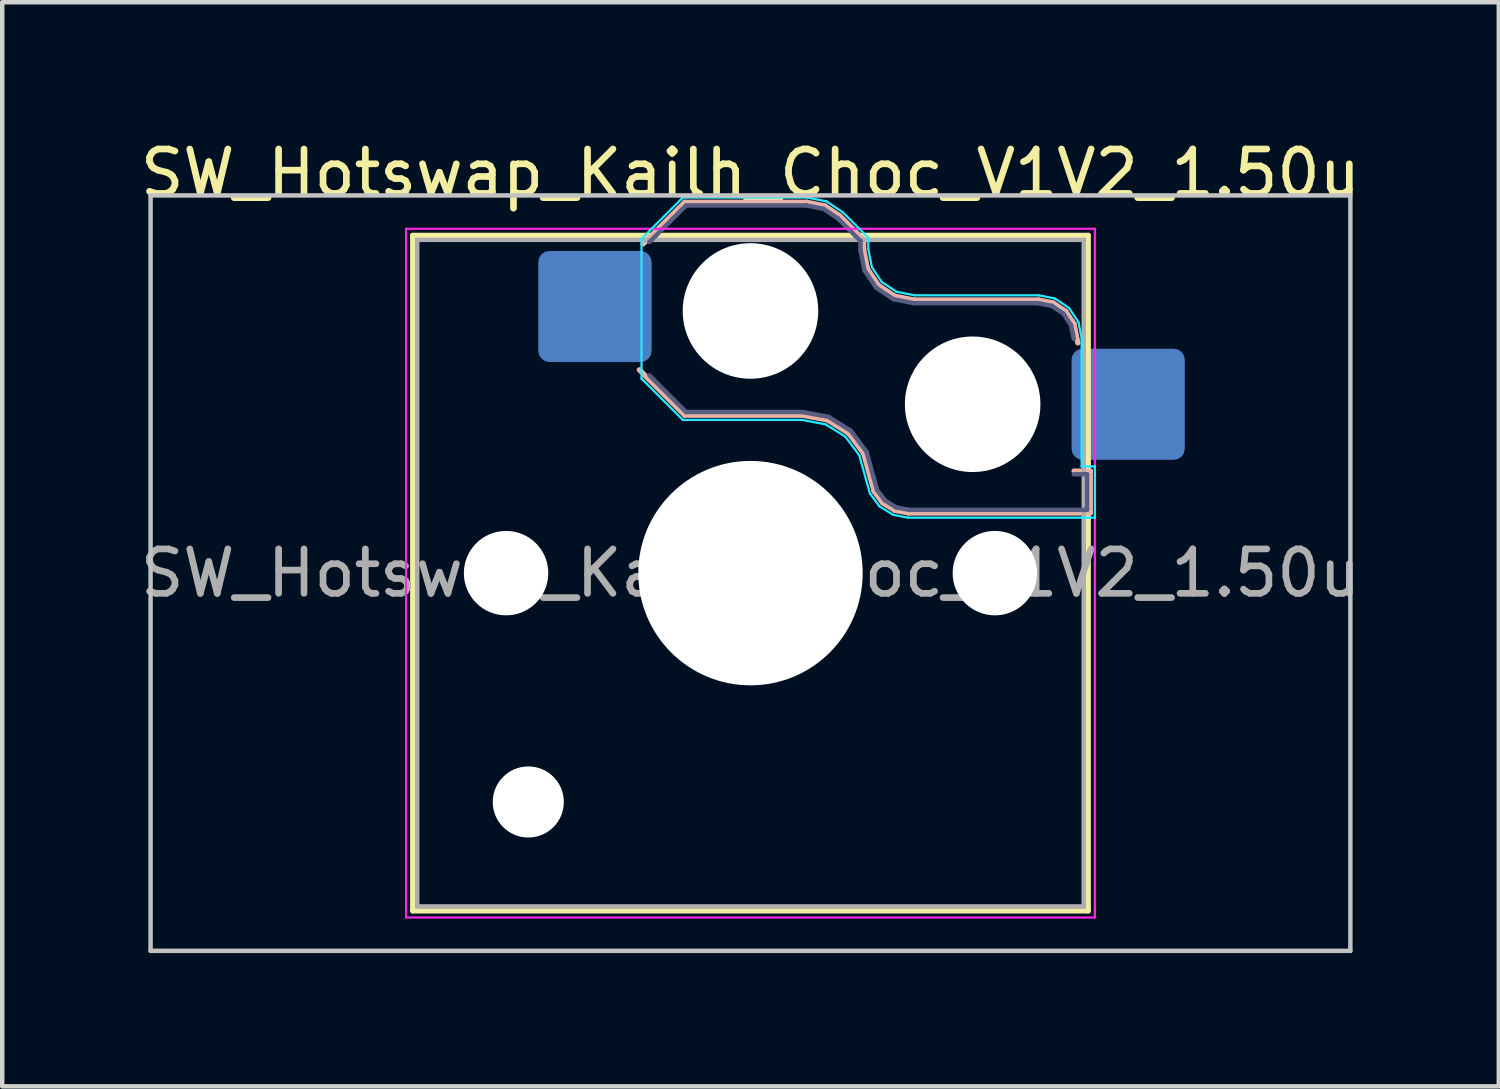
<source format=kicad_pcb>
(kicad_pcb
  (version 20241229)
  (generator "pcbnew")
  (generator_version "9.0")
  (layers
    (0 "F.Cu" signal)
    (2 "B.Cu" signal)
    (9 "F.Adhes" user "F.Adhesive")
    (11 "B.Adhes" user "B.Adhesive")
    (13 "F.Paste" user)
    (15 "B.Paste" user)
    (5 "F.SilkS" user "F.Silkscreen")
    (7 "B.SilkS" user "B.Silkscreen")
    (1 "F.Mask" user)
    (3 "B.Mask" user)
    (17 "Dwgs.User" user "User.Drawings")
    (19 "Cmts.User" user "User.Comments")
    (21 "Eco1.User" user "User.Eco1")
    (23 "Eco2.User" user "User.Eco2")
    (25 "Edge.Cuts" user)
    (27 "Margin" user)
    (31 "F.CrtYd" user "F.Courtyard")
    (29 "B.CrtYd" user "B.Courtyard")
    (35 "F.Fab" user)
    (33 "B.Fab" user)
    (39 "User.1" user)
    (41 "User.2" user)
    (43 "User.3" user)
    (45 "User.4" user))
  (footprint "SW_Hotswap_Kailh_Choc_V1V2_1.50u"
    (layer "F.Cu")
    (at 13.839 9.848)
    (property "Reference" "SW_Hotswap_Kailh_Choc_V1V2_1.50u" (at 0 -9 0) (layer "F.SilkS") (effects (font (size 1 1) (thickness 0.15))))
    (attr smd)
    (fp_line (start -7.6 -7.6) (end -7.6 7.6) (stroke (width 0.12) (type solid)) (layer "F.SilkS"))
    (fp_line (start -7.6 7.6) (end 7.6 7.6) (stroke (width 0.12) (type solid)) (layer "F.SilkS"))
    (fp_line (start 7.6 -7.6) (end -7.6 -7.6) (stroke (width 0.12) (type solid)) (layer "F.SilkS"))
    (fp_line (start 7.6 7.6) (end 7.6 -7.6) (stroke (width 0.12) (type solid)) (layer "F.SilkS"))
    (fp_line (start -2.416 -7.409) (end -1.479 -8.346) (stroke (width 0.12) (type solid)) (layer "B.SilkS"))
    (fp_line (start -1.479 -8.346) (end 1.268 -8.346) (stroke (width 0.12) (type solid)) (layer "B.SilkS"))
    (fp_line (start -1.479 -3.554) (end -2.5 -4.575) (stroke (width 0.12) (type solid)) (layer "B.SilkS"))
    (fp_line (start 1.168 -3.554) (end -1.479 -3.554) (stroke (width 0.12) (type solid)) (layer "B.SilkS"))
    (fp_line (start 1.268 -8.346) (end 1.671 -8.266) (stroke (width 0.12) (type solid)) (layer "B.SilkS"))
    (fp_line (start 1.671 -8.266) (end 2.013 -8.037) (stroke (width 0.12) (type solid)) (layer "B.SilkS"))
    (fp_line (start 1.73 -3.449) (end 1.168 -3.554) (stroke (width 0.12) (type solid)) (layer "B.SilkS"))
    (fp_line (start 2.013 -8.037) (end 2.546 -7.504) (stroke (width 0.12) (type solid)) (layer "B.SilkS"))
    (fp_line (start 2.209 -3.15) (end 1.73 -3.449) (stroke (width 0.12) (type solid)) (layer "B.SilkS"))
    (fp_line (start 2.546 -7.504) (end 2.546 -7.282) (stroke (width 0.12) (type solid)) (layer "B.SilkS"))
    (fp_line (start 2.546 -7.282) (end 2.633 -6.844) (stroke (width 0.12) (type solid)) (layer "B.SilkS"))
    (fp_line (start 2.547 -2.697) (end 2.209 -3.15) (stroke (width 0.12) (type solid)) (layer "B.SilkS"))
    (fp_line (start 2.633 -6.844) (end 2.877 -6.477) (stroke (width 0.12) (type solid)) (layer "B.SilkS"))
    (fp_line (start 2.701 -2.139) (end 2.547 -2.697) (stroke (width 0.12) (type solid)) (layer "B.SilkS"))
    (fp_line (start 2.783 -1.841) (end 2.701 -2.139) (stroke (width 0.12) (type solid)) (layer "B.SilkS"))
    (fp_line (start 2.877 -6.477) (end 3.244 -6.233) (stroke (width 0.12) (type solid)) (layer "B.SilkS"))
    (fp_line (start 2.976 -1.583) (end 2.783 -1.841) (stroke (width 0.12) (type solid)) (layer "B.SilkS"))
    (fp_line (start 3.244 -6.233) (end 3.682 -6.146) (stroke (width 0.12) (type solid)) (layer "B.SilkS"))
    (fp_line (start 3.25 -1.413) (end 2.976 -1.583) (stroke (width 0.12) (type solid)) (layer "B.SilkS"))
    (fp_line (start 3.56 -1.354) (end 3.25 -1.413) (stroke (width 0.12) (type solid)) (layer "B.SilkS"))
    (fp_line (start 3.682 -6.146) (end 6.482 -6.146) (stroke (width 0.12) (type solid)) (layer "B.SilkS"))
    (fp_line (start 6.482 -6.146) (end 6.809 -6.081) (stroke (width 0.12) (type solid)) (layer "B.SilkS"))
    (fp_line (start 6.809 -6.081) (end 7.092 -5.892) (stroke (width 0.12) (type solid)) (layer "B.SilkS"))
    (fp_line (start 7.092 -5.892) (end 7.281 -5.609) (stroke (width 0.12) (type solid)) (layer "B.SilkS"))
    (fp_line (start 7.281 -5.609) (end 7.366 -5.182) (stroke (width 0.12) (type solid)) (layer "B.SilkS"))
    (fp_line (start 7.283 -2.296) (end 7.646 -2.296) (stroke (width 0.12) (type solid)) (layer "B.SilkS"))
    (fp_line (start 7.646 -2.296) (end 7.646 -1.354) (stroke (width 0.12) (type solid)) (layer "B.SilkS"))
    (fp_line (start 7.646 -1.354) (end 3.56 -1.354) (stroke (width 0.12) (type solid)) (layer "B.SilkS"))
    (fp_line (start -13.5 -8.5) (end -13.5 8.5) (stroke (width 0.1) (type solid)) (layer "Dwgs.User"))
    (fp_line (start -13.5 8.5) (end 13.5 8.5) (stroke (width 0.1) (type solid)) (layer "Dwgs.User"))
    (fp_line (start 13.5 -8.5) (end -13.5 -8.5) (stroke (width 0.1) (type solid)) (layer "Dwgs.User"))
    (fp_line (start 13.5 8.5) (end 13.5 -8.5) (stroke (width 0.1) (type solid)) (layer "Dwgs.User"))
    (fp_line (start -7.25 -7.25) (end -7.25 7.25) (stroke (width 0.1) (type solid)) (layer "Eco1.User"))
    (fp_line (start -7.25 7.25) (end 7.25 7.25) (stroke (width 0.1) (type solid)) (layer "Eco1.User"))
    (fp_line (start 7.25 -7.25) (end -7.25 -7.25) (stroke (width 0.1) (type solid)) (layer "Eco1.User"))
    (fp_line (start 7.25 7.25) (end 7.25 -7.25) (stroke (width 0.1) (type solid)) (layer "Eco1.User"))
    (fp_line (start -2.452 -7.523) (end -1.523 -8.452) (stroke (width 0.05) (type solid)) (layer "B.CrtYd"))
    (fp_line (start -2.452 -4.377) (end -2.452 -7.523) (stroke (width 0.05) (type solid)) (layer "B.CrtYd"))
    (fp_line (start -1.523 -8.452) (end 1.278 -8.452) (stroke (width 0.05) (type solid)) (layer "B.CrtYd"))
    (fp_line (start -1.523 -3.448) (end -2.452 -4.377) (stroke (width 0.05) (type solid)) (layer "B.CrtYd"))
    (fp_line (start 1.159 -3.448) (end -1.523 -3.448) (stroke (width 0.05) (type solid)) (layer "B.CrtYd"))
    (fp_line (start 1.278 -8.452) (end 1.712 -8.366) (stroke (width 0.05) (type solid)) (layer "B.CrtYd"))
    (fp_line (start 1.691 -3.348) (end 1.159 -3.448) (stroke (width 0.05) (type solid)) (layer "B.CrtYd"))
    (fp_line (start 1.712 -8.366) (end 2.081 -8.119) (stroke (width 0.05) (type solid)) (layer "B.CrtYd"))
    (fp_line (start 2.081 -8.119) (end 2.652 -7.548) (stroke (width 0.05) (type solid)) (layer "B.CrtYd"))
    (fp_line (start 2.136 -3.071) (end 1.691 -3.348) (stroke (width 0.05) (type solid)) (layer "B.CrtYd"))
    (fp_line (start 2.45 -2.65) (end 2.136 -3.071) (stroke (width 0.05) (type solid)) (layer "B.CrtYd"))
    (fp_line (start 2.599 -2.111) (end 2.45 -2.65) (stroke (width 0.05) (type solid)) (layer "B.CrtYd"))
    (fp_line (start 2.652 -7.548) (end 2.652 -7.292) (stroke (width 0.05) (type solid)) (layer "B.CrtYd"))
    (fp_line (start 2.652 -7.292) (end 2.733 -6.885) (stroke (width 0.05) (type solid)) (layer "B.CrtYd"))
    (fp_line (start 2.687 -1.794) (end 2.599 -2.111) (stroke (width 0.05) (type solid)) (layer "B.CrtYd"))
    (fp_line (start 2.733 -6.885) (end 2.953 -6.553) (stroke (width 0.05) (type solid)) (layer "B.CrtYd"))
    (fp_line (start 2.903 -1.503) (end 2.687 -1.794) (stroke (width 0.05) (type solid)) (layer "B.CrtYd"))
    (fp_line (start 2.953 -6.553) (end 3.285 -6.333) (stroke (width 0.05) (type solid)) (layer "B.CrtYd"))
    (fp_line (start 3.211 -1.312) (end 2.903 -1.503) (stroke (width 0.05) (type solid)) (layer "B.CrtYd"))
    (fp_line (start 3.285 -6.333) (end 3.692 -6.252) (stroke (width 0.05) (type solid)) (layer "B.CrtYd"))
    (fp_line (start 3.55 -1.248) (end 3.211 -1.312) (stroke (width 0.05) (type solid)) (layer "B.CrtYd"))
    (fp_line (start 3.692 -6.252) (end 6.492 -6.252) (stroke (width 0.05) (type solid)) (layer "B.CrtYd"))
    (fp_line (start 6.492 -6.252) (end 6.85 -6.181) (stroke (width 0.05) (type solid)) (layer "B.CrtYd"))
    (fp_line (start 6.85 -6.181) (end 7.168 -5.968) (stroke (width 0.05) (type solid)) (layer "B.CrtYd"))
    (fp_line (start 7.168 -5.968) (end 7.381 -5.65) (stroke (width 0.05) (type solid)) (layer "B.CrtYd"))
    (fp_line (start 7.381 -5.65) (end 7.452 -5.292) (stroke (width 0.05) (type solid)) (layer "B.CrtYd"))
    (fp_line (start 7.452 -5.292) (end 7.452 -2.402) (stroke (width 0.05) (type solid)) (layer "B.CrtYd"))
    (fp_line (start 7.452 -2.402) (end 7.752 -2.402) (stroke (width 0.05) (type solid)) (layer "B.CrtYd"))
    (fp_line (start 7.752 -2.402) (end 7.752 -1.248) (stroke (width 0.05) (type solid)) (layer "B.CrtYd"))
    (fp_line (start 7.752 -1.248) (end 3.55 -1.248) (stroke (width 0.05) (type solid)) (layer "B.CrtYd"))
    (fp_line (start -7.75 -7.75) (end -7.75 7.75) (stroke (width 0.05) (type solid)) (layer "F.CrtYd"))
    (fp_line (start -7.75 7.75) (end 7.75 7.75) (stroke (width 0.05) (type solid)) (layer "F.CrtYd"))
    (fp_line (start 7.75 -7.75) (end -7.75 -7.75) (stroke (width 0.05) (type solid)) (layer "F.CrtYd"))
    (fp_line (start 7.75 7.75) (end 7.75 -7.75) (stroke (width 0.05) (type solid)) (layer "F.CrtYd"))
    (fp_line (start -2.275 -7.45) (end -1.45 -8.275) (stroke (width 0.1) (type solid)) (layer "B.Fab"))
    (fp_line (start -1.45 -8.275) (end 1.261 -8.275) (stroke (width 0.1) (type solid)) (layer "B.Fab"))
    (fp_line (start -1.45 -3.625) (end -2.275 -4.45) (stroke (width 0.1) (type solid)) (layer "B.Fab"))
    (fp_line (start 1.175 -3.625) (end -1.45 -3.625) (stroke (width 0.1) (type solid)) (layer "B.Fab"))
    (fp_line (start 1.261 -8.275) (end 1.643 -8.199) (stroke (width 0.1) (type solid)) (layer "B.Fab"))
    (fp_line (start 1.643 -8.199) (end 1.968 -7.982) (stroke (width 0.1) (type solid)) (layer "B.Fab"))
    (fp_line (start 1.756 -3.516) (end 1.175 -3.625) (stroke (width 0.1) (type solid)) (layer "B.Fab"))
    (fp_line (start 1.968 -7.982) (end 2.475 -7.475) (stroke (width 0.1) (type solid)) (layer "B.Fab"))
    (fp_line (start 2.258 -3.203) (end 1.756 -3.516) (stroke (width 0.1) (type solid)) (layer "B.Fab"))
    (fp_line (start 2.475 -7.475) (end 2.475 -7.275) (stroke (width 0.1) (type solid)) (layer "B.Fab"))
    (fp_line (start 2.475 -7.275) (end 2.566 -6.816) (stroke (width 0.1) (type solid)) (layer "B.Fab"))
    (fp_line (start 2.566 -6.816) (end 2.826 -6.426) (stroke (width 0.1) (type solid)) (layer "B.Fab"))
    (fp_line (start 2.612 -2.729) (end 2.258 -3.203) (stroke (width 0.1) (type solid)) (layer "B.Fab"))
    (fp_line (start 2.769 -2.158) (end 2.612 -2.729) (stroke (width 0.1) (type solid)) (layer "B.Fab"))
    (fp_line (start 2.826 -6.426) (end 3.216 -6.166) (stroke (width 0.1) (type solid)) (layer "B.Fab"))
    (fp_line (start 2.848 -1.873) (end 2.769 -2.158) (stroke (width 0.1) (type solid)) (layer "B.Fab"))
    (fp_line (start 3.025 -1.636) (end 2.848 -1.873) (stroke (width 0.1) (type solid)) (layer "B.Fab"))
    (fp_line (start 3.216 -6.166) (end 3.675 -6.075) (stroke (width 0.1) (type solid)) (layer "B.Fab"))
    (fp_line (start 3.276 -1.48) (end 3.025 -1.636) (stroke (width 0.1) (type solid)) (layer "B.Fab"))
    (fp_line (start 3.567 -1.425) (end 3.276 -1.48) (stroke (width 0.1) (type solid)) (layer "B.Fab"))
    (fp_line (start 3.675 -6.075) (end 6.475 -6.075) (stroke (width 0.1) (type solid)) (layer "B.Fab"))
    (fp_line (start 6.475 -6.075) (end 6.781 -6.014) (stroke (width 0.1) (type solid)) (layer "B.Fab"))
    (fp_line (start 6.781 -6.014) (end 7.041 -5.841) (stroke (width 0.1) (type solid)) (layer "B.Fab"))
    (fp_line (start 7.041 -5.841) (end 7.214 -5.581) (stroke (width 0.1) (type solid)) (layer "B.Fab"))
    (fp_line (start 7.214 -5.581) (end 7.275 -5.275) (stroke (width 0.1) (type solid)) (layer "B.Fab"))
    (fp_line (start 7.275 -2.225) (end 7.575 -2.225) (stroke (width 0.1) (type solid)) (layer "B.Fab"))
    (fp_line (start 7.575 -2.225) (end 7.575 -1.425) (stroke (width 0.1) (type solid)) (layer "B.Fab"))
    (fp_line (start 7.575 -1.425) (end 3.567 -1.425) (stroke (width 0.1) (type solid)) (layer "B.Fab"))
    (fp_line (start -7.5 -7.5) (end -7.5 7.5) (stroke (width 0.1) (type solid)) (layer "F.Fab"))
    (fp_line (start -7.5 7.5) (end 7.5 7.5) (stroke (width 0.1) (type solid)) (layer "F.Fab"))
    (fp_line (start 7.5 -7.5) (end -7.5 -7.5) (stroke (width 0.1) (type solid)) (layer "F.Fab"))
    (fp_line (start 7.5 7.5) (end 7.5 -7.5) (stroke (width 0.1) (type solid)) (layer "F.Fab"))
    (fp_text user "${REFERENCE}" (at 0 0 0) (layer "F.Fab") (effects (font (size 1 1) (thickness 0.15))))
    (pad "" np_thru_hole circle (at -5.5 0) (size 1.9 1.9) (drill 1.9) (layers "*.Cu" "*.Mask"))
    (pad "" np_thru_hole circle (at -5 5.15) (size 1.6 1.6) (drill 1.6) (layers "*.Cu" "*.Mask"))
    (pad "" np_thru_hole circle (at 0 -5.9) (size 3.05 3.05) (drill 3.05) (layers "*.Cu" "*.Mask"))
    (pad "" np_thru_hole circle (at 0 0) (size 5.05 5.05) (drill 5.05) (layers "*.Cu" "*.Mask"))
    (pad "" np_thru_hole circle (at 5 -3.8) (size 3.05 3.05) (drill 3.05) (layers "*.Cu" "*.Mask"))
    (pad "" np_thru_hole circle (at 5.5 0) (size 1.9 1.9) (drill 1.9) (layers "*.Cu" "*.Mask"))
    (pad "1" smd roundrect (at -3.5 -6) (size 2.55 2.5) (layers "B.Cu" "B.Mask" "B.Paste") (roundrect_rratio 0.1))
    (pad "2" smd roundrect (at 8.5 -3.8) (size 2.55 2.5) (layers "B.Cu" "B.Mask" "B.Paste") (roundrect_rratio 0.1)))
  (gr_rect
    (start -3 -3)
    (end 30.679 21.398)
    (stroke (width 0.1) (type default))
    (fill no)
    (layer "Edge.Cuts")))
</source>
